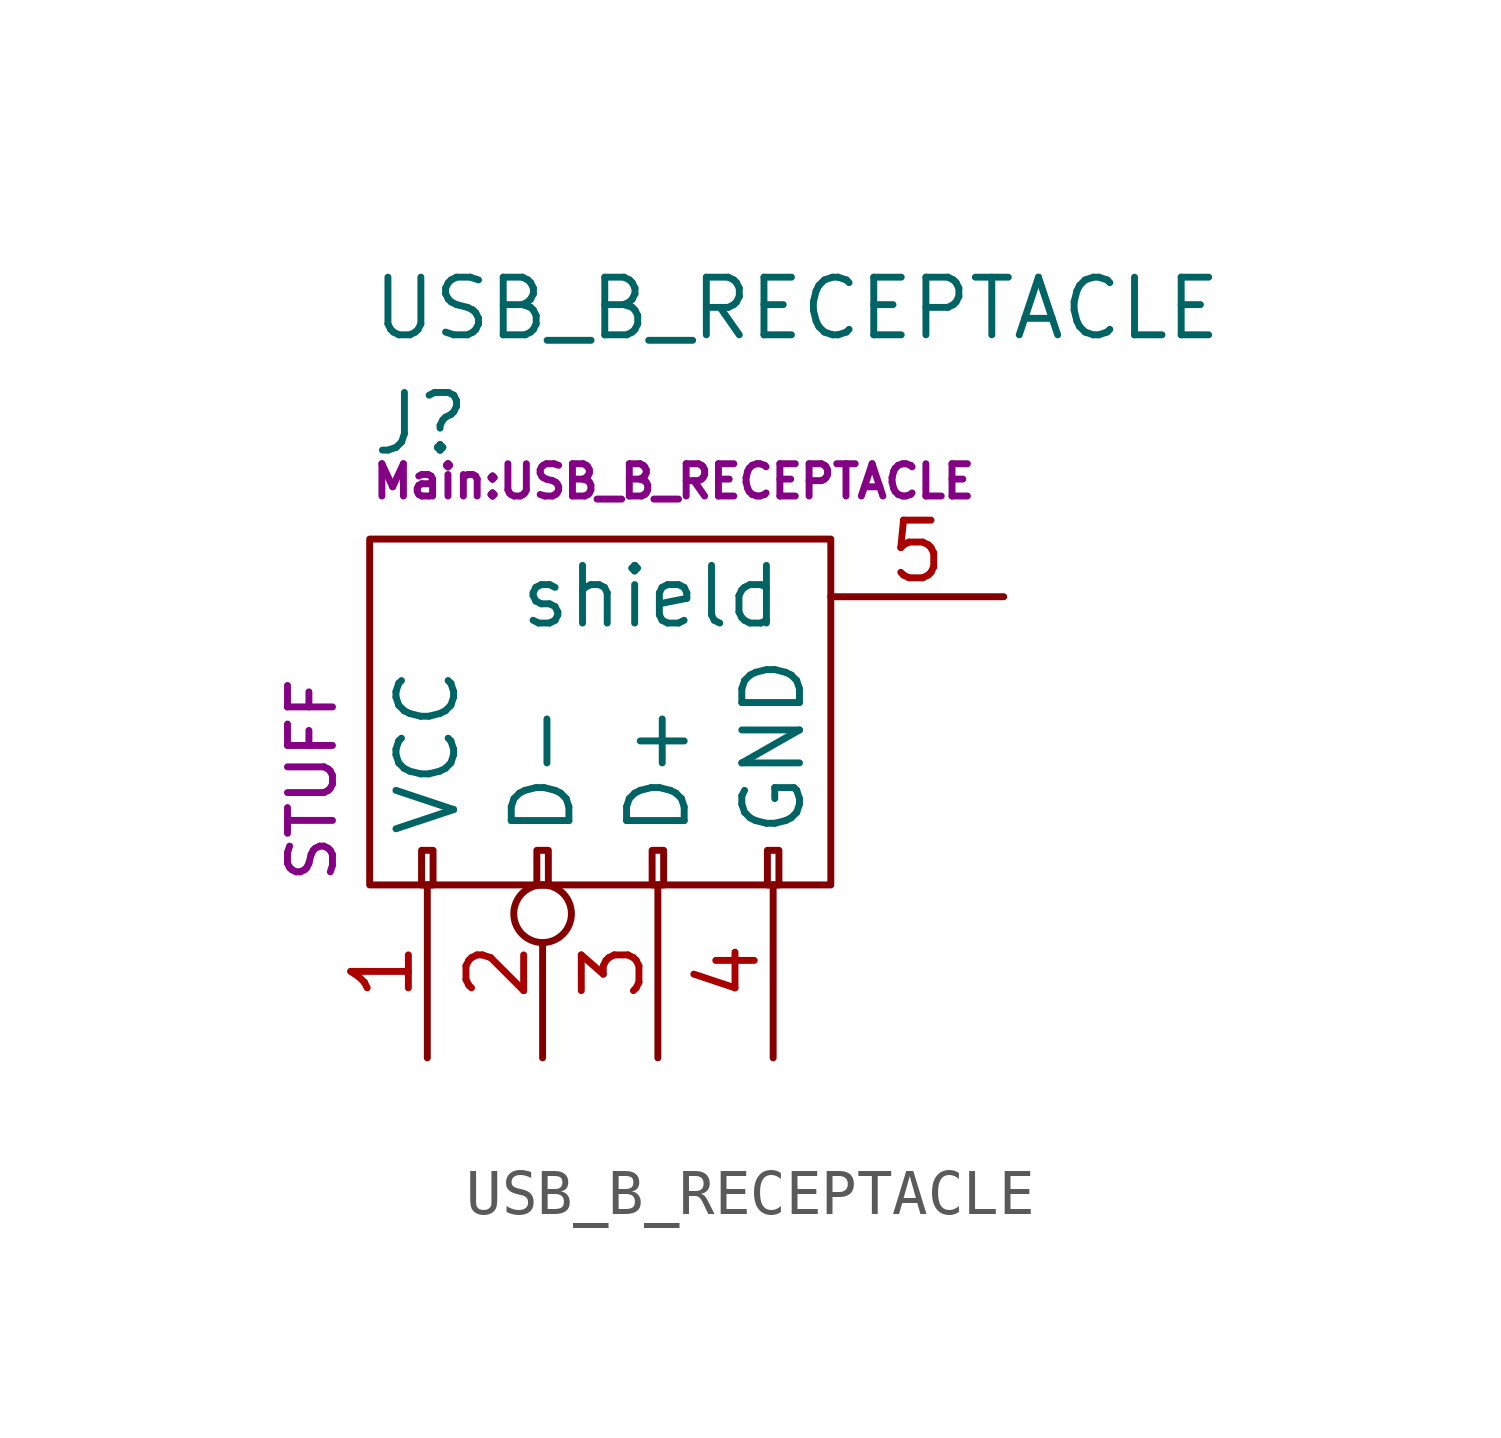
<source format=kicad_sym>
(kicad_symbol_lib
  (version 20211014)
  (generator kicad_symbol_editor)
  (symbol "USB_B_RECEPTACLE"
    (pin_names
      (offset 1.016))
    (property "Reference" "J"
      (at -6.35 6.35 0)
      (effects (font (size 1.27 1.27)) (justify left)))
    (property "Value" "USB_B_RECEPTACLE"
      (at -6.35 8.89 0)
      (effects (font (size 1.27 1.27)) (justify left)))
    (property "Footprint" "Main:USB_B_RECEPTACLE"
      (at -6.35 5.08 0)
      (effects (font (size 0.711 0.711)) (justify left)))
    (property "Datasheet" ""
      (at -1.27 -2.54 90)
      (effects (font (size 1.27 1.27))))
    (property "SKU" "STUFF"
      (at -7.62 -3.81 90)
      (effects (font (size 0.991 0.991)) (justify left)))
    (symbol "USB_B_RECEPTACLE_0_1"
      (rectangle (start -6.35 -3.81) (end 3.81 3.81) (stroke (width 0) (type default) (color 0 0 0 0)) (fill (type none)))
      (rectangle (start -5.207 -3.81) (end -4.953 -3.048) (stroke (width 0) (type default) (color 0 0 0 0)) (fill (type none)))
      (rectangle (start -2.667 -3.81) (end -2.413 -3.048) (stroke (width 0) (type default) (color 0 0 0 0)) (fill (type none)))
      (rectangle (start -0.127 -3.81) (end 0.127 -3.048) (stroke (width 0) (type default) (color 0 0 0 0)) (fill (type none)))
      (rectangle (start 2.413 -3.81) (end 2.667 -3.048) (stroke (width 0) (type default) (color 0 0 0 0)) (fill (type none))))
    (symbol "USB_B_RECEPTACLE_1_1"
      (pin power_out line (at -5.08 -7.62 90) (length 3.81) (name "VCC" (effects (font (size 1.27 1.27)))) (number "1" (effects (font (size 1.27 1.27)))))
      (pin passive inverted (at -2.54 -7.62 90) (length 3.81) (name "D-" (effects (font (size 1.27 1.27)))) (number "2" (effects (font (size 1.27 1.27)))))
      (pin passive line (at 0 -7.62 90) (length 3.81) (name "D+" (effects (font (size 1.27 1.27)))) (number "3" (effects (font (size 1.27 1.27)))))
      (pin power_in line (at 2.54 -7.62 90) (length 3.81) (name "GND" (effects (font (size 1.27 1.27)))) (number "4" (effects (font (size 1.27 1.27)))))
      (pin passive line (at 7.62 2.54 180) (length 3.81) (name "shield" (effects (font (size 1.27 1.27)))) (number "5" (effects (font (size 1.27 1.27))))))))
</source>
